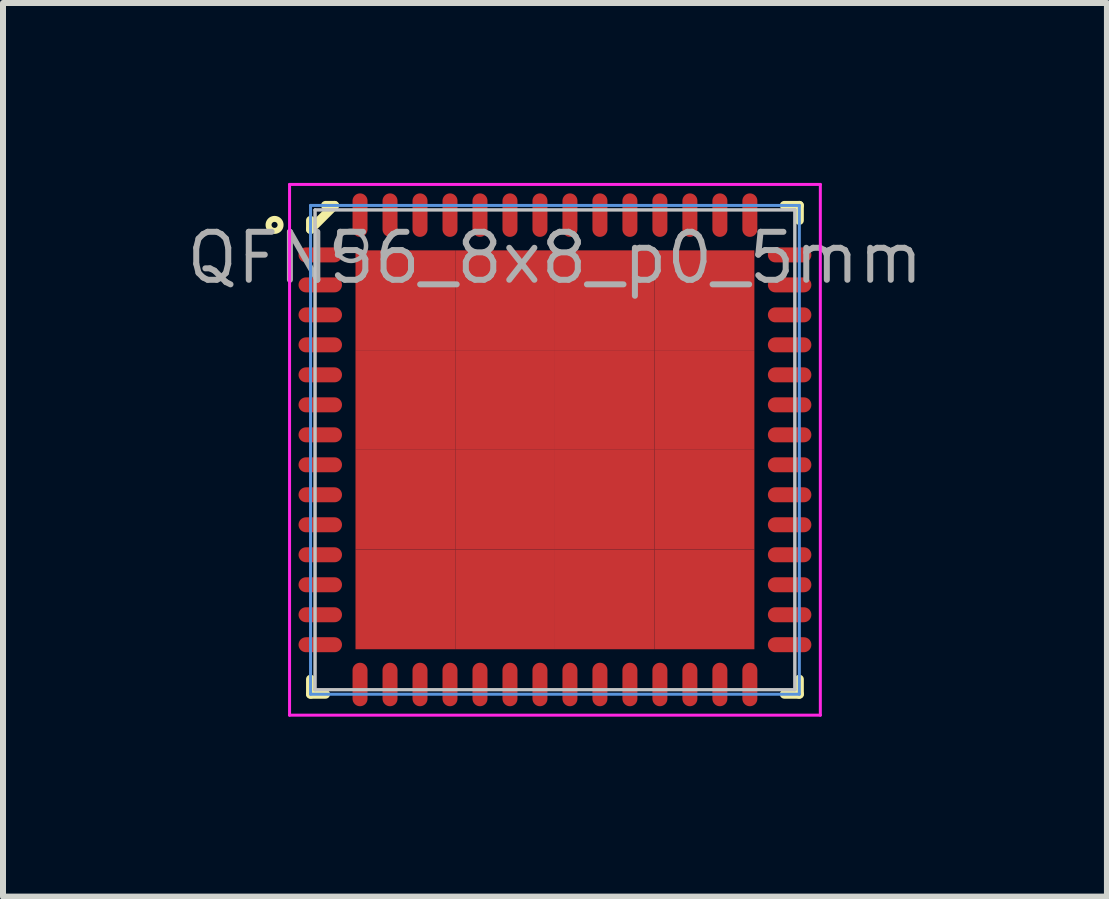
<source format=kicad_pcb>
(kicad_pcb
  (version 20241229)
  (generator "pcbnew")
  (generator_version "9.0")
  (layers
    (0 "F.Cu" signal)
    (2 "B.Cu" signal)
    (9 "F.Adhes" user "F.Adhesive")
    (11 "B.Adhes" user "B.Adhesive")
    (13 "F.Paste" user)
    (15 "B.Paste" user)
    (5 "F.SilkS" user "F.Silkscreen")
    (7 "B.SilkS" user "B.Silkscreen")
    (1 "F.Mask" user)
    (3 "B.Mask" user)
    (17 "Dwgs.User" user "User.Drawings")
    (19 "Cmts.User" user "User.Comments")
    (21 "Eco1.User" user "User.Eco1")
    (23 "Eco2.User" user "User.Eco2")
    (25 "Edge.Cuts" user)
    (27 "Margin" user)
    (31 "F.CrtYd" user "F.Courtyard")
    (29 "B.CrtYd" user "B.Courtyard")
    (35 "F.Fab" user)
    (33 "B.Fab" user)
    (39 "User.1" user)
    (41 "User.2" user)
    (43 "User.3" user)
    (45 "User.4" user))
  (footprint "QFN56_8x8_p0_5mm"
    (layer "F.Cu")
    (at 6.203 4.45)
    (property "Reference" "QFN56_8x8_p0_5mm" (at 0 -3.2 0) (layer "F.Fab") (effects (font (size 0.8 0.8) (thickness 0.1))))
    (attr through_hole)
    (fp_line (start -4.075 -3.675) (end -4.075 -3.825) (stroke (width 0.15) (type solid)) (layer "F.SilkS"))
    (fp_line (start -4.075 -3.675) (end -3.675 -4.075) (stroke (width 0.15) (type solid)) (layer "F.SilkS"))
    (fp_line (start -4.075 4.075) (end -4.075 3.825) (stroke (width 0.15) (type solid)) (layer "F.SilkS"))
    (fp_line (start -4.075 4.075) (end -3.825 4.075) (stroke (width 0.15) (type solid)) (layer "F.SilkS"))
    (fp_line (start -3.825 -4.075) (end -3.675 -4.075) (stroke (width 0.15) (type solid)) (layer "F.SilkS"))
    (fp_line (start 4.075 -4.075) (end 3.825 -4.075) (stroke (width 0.15) (type solid)) (layer "F.SilkS"))
    (fp_line (start 4.075 -4.075) (end 4.075 -3.825) (stroke (width 0.15) (type solid)) (layer "F.SilkS"))
    (fp_line (start 4.075 4.075) (end 3.825 4.075) (stroke (width 0.15) (type solid)) (layer "F.SilkS"))
    (fp_line (start 4.075 4.075) (end 4.075 3.825) (stroke (width 0.15) (type solid)) (layer "F.SilkS"))
    (fp_circle (center -4.675 -3.75) (end -4.604 -3.679) (stroke (width 0.1) (type solid)) (fill no) (layer "F.SilkS"))
    (fp_line (start -4 -4) (end -4 4) (stroke (width 0.05) (type solid)) (layer "Dwgs.User"))
    (fp_line (start -4 -4) (end 4 -4) (stroke (width 0.05) (type solid)) (layer "Dwgs.User"))
    (fp_line (start -4 4) (end 4 4) (stroke (width 0.05) (type solid)) (layer "Dwgs.User"))
    (fp_line (start 4 -4) (end 4 4) (stroke (width 0.05) (type solid)) (layer "Dwgs.User"))
    (fp_line (start -4.075 -4.075) (end -4.075 4.075) (stroke (width 0.05) (type solid)) (layer "Cmts.User"))
    (fp_line (start -4.075 -4.075) (end 4.075 -4.075) (stroke (width 0.05) (type solid)) (layer "Cmts.User"))
    (fp_line (start -4.075 4.075) (end 4.075 4.075) (stroke (width 0.05) (type solid)) (layer "Cmts.User"))
    (fp_line (start 4.075 -4.075) (end 4.075 4.075) (stroke (width 0.05) (type solid)) (layer "Cmts.User"))
    (fp_line (start -3.925 -3.925) (end -3.925 3.925) (stroke (width 0.05) (type solid)) (layer "Eco1.User"))
    (fp_line (start -3.925 -3.925) (end 3.925 -3.925) (stroke (width 0.05) (type solid)) (layer "Eco1.User"))
    (fp_line (start -3.925 3.925) (end 3.925 3.925) (stroke (width 0.05) (type solid)) (layer "Eco1.User"))
    (fp_line (start 3.925 -3.925) (end 3.925 3.925) (stroke (width 0.05) (type solid)) (layer "Eco1.User"))
    (fp_line (start -4.425 -4.425) (end -4.425 4.425) (stroke (width 0.05) (type solid)) (layer "F.CrtYd"))
    (fp_line (start -4.425 -4.425) (end 4.425 -4.425) (stroke (width 0.05) (type solid)) (layer "F.CrtYd"))
    (fp_line (start -4.425 4.425) (end 4.425 4.425) (stroke (width 0.05) (type solid)) (layer "F.CrtYd"))
    (fp_line (start 4.425 -4.425) (end 4.425 4.425) (stroke (width 0.05) (type solid)) (layer "F.CrtYd"))
    (fp_line (start -4 -4) (end -4 4) (stroke (width 0.05) (type solid)) (layer "F.Fab"))
    (fp_line (start -4 -4) (end 4 -4) (stroke (width 0.05) (type solid)) (layer "F.Fab"))
    (fp_line (start -4 4) (end 4 4) (stroke (width 0.05) (type solid)) (layer "F.Fab"))
    (fp_line (start 4 -4) (end 4 4) (stroke (width 0.05) (type solid)) (layer "F.Fab"))
    (fp_circle (center -3.4 -3.4) (end -3.223 -3.223) (stroke (width 0.075) (type solid)) (fill no) (layer "F.Fab"))
    (pad "1" smd oval (at -3.913 -3.25 180) (size 0.725 0.25) (layers "F.Cu" "F.Mask" "F.Paste"))
    (pad "2" smd oval (at -3.913 -2.75 180) (size 0.725 0.25) (layers "F.Cu" "F.Mask" "F.Paste"))
    (pad "3" smd oval (at -3.913 -2.25 180) (size 0.725 0.25) (layers "F.Cu" "F.Mask" "F.Paste"))
    (pad "4" smd oval (at -3.913 -1.75 180) (size 0.725 0.25) (layers "F.Cu" "F.Mask" "F.Paste"))
    (pad "5" smd oval (at -3.913 -1.25 180) (size 0.725 0.25) (layers "F.Cu" "F.Mask" "F.Paste"))
    (pad "6" smd oval (at -3.913 -0.75 180) (size 0.725 0.25) (layers "F.Cu" "F.Mask" "F.Paste"))
    (pad "7" smd oval (at -3.913 -0.25 180) (size 0.725 0.25) (layers "F.Cu" "F.Mask" "F.Paste"))
    (pad "8" smd oval (at -3.913 0.25 180) (size 0.725 0.25) (layers "F.Cu" "F.Mask" "F.Paste"))
    (pad "9" smd oval (at -3.913 0.75 180) (size 0.725 0.25) (layers "F.Cu" "F.Mask" "F.Paste"))
    (pad "10" smd oval (at -3.913 1.25 180) (size 0.725 0.25) (layers "F.Cu" "F.Mask" "F.Paste"))
    (pad "11" smd oval (at -3.913 1.75 180) (size 0.725 0.25) (layers "F.Cu" "F.Mask" "F.Paste"))
    (pad "12" smd oval (at -3.913 2.25 180) (size 0.725 0.25) (layers "F.Cu" "F.Mask" "F.Paste"))
    (pad "13" smd oval (at -3.913 2.75 180) (size 0.725 0.25) (layers "F.Cu" "F.Mask" "F.Paste"))
    (pad "14" smd oval (at -3.913 3.25 180) (size 0.725 0.25) (layers "F.Cu" "F.Mask" "F.Paste"))
    (pad "15" smd oval (at -3.25 3.913 270) (size 0.725 0.25) (layers "F.Cu" "F.Mask" "F.Paste"))
    (pad "16" smd oval (at -2.75 3.913 270) (size 0.725 0.25) (layers "F.Cu" "F.Mask" "F.Paste"))
    (pad "17" smd oval (at -2.25 3.913 270) (size 0.725 0.25) (layers "F.Cu" "F.Mask" "F.Paste"))
    (pad "18" smd oval (at -1.75 3.913 270) (size 0.725 0.25) (layers "F.Cu" "F.Mask" "F.Paste"))
    (pad "19" smd oval (at -1.25 3.913 270) (size 0.725 0.25) (layers "F.Cu" "F.Mask" "F.Paste"))
    (pad "20" smd oval (at -0.75 3.913 270) (size 0.725 0.25) (layers "F.Cu" "F.Mask" "F.Paste"))
    (pad "21" smd oval (at -0.25 3.913 270) (size 0.725 0.25) (layers "F.Cu" "F.Mask" "F.Paste"))
    (pad "22" smd oval (at 0.25 3.913 270) (size 0.725 0.25) (layers "F.Cu" "F.Mask" "F.Paste"))
    (pad "23" smd oval (at 0.75 3.913 270) (size 0.725 0.25) (layers "F.Cu" "F.Mask" "F.Paste"))
    (pad "24" smd oval (at 1.25 3.913 270) (size 0.725 0.25) (layers "F.Cu" "F.Mask" "F.Paste"))
    (pad "25" smd oval (at 1.75 3.913 270) (size 0.725 0.25) (layers "F.Cu" "F.Mask" "F.Paste"))
    (pad "26" smd oval (at 2.25 3.913 270) (size 0.725 0.25) (layers "F.Cu" "F.Mask" "F.Paste"))
    (pad "27" smd oval (at 2.75 3.913 270) (size 0.725 0.25) (layers "F.Cu" "F.Mask" "F.Paste"))
    (pad "28" smd oval (at 3.25 3.913 270) (size 0.725 0.25) (layers "F.Cu" "F.Mask" "F.Paste"))
    (pad "29" smd oval (at 3.913 3.25) (size 0.725 0.25) (layers "F.Cu" "F.Mask" "F.Paste"))
    (pad "30" smd oval (at 3.913 2.75) (size 0.725 0.25) (layers "F.Cu" "F.Mask" "F.Paste"))
    (pad "31" smd oval (at 3.913 2.25) (size 0.725 0.25) (layers "F.Cu" "F.Mask" "F.Paste"))
    (pad "32" smd oval (at 3.913 1.75) (size 0.725 0.25) (layers "F.Cu" "F.Mask" "F.Paste"))
    (pad "33" smd oval (at 3.913 1.25) (size 0.725 0.25) (layers "F.Cu" "F.Mask" "F.Paste"))
    (pad "34" smd oval (at 3.913 0.75) (size 0.725 0.25) (layers "F.Cu" "F.Mask" "F.Paste"))
    (pad "35" smd oval (at 3.913 0.25) (size 0.725 0.25) (layers "F.Cu" "F.Mask" "F.Paste"))
    (pad "36" smd oval (at 3.913 -0.25) (size 0.725 0.25) (layers "F.Cu" "F.Mask" "F.Paste"))
    (pad "37" smd oval (at 3.913 -0.75) (size 0.725 0.25) (layers "F.Cu" "F.Mask" "F.Paste"))
    (pad "38" smd oval (at 3.913 -1.25) (size 0.725 0.25) (layers "F.Cu" "F.Mask" "F.Paste"))
    (pad "39" smd oval (at 3.913 -1.75) (size 0.725 0.25) (layers "F.Cu" "F.Mask" "F.Paste"))
    (pad "40" smd oval (at 3.913 -2.25) (size 0.725 0.25) (layers "F.Cu" "F.Mask" "F.Paste"))
    (pad "41" smd oval (at 3.913 -2.75) (size 0.725 0.25) (layers "F.Cu" "F.Mask" "F.Paste"))
    (pad "42" smd oval (at 3.913 -3.25) (size 0.725 0.25) (layers "F.Cu" "F.Mask" "F.Paste"))
    (pad "43" smd oval (at 3.25 -3.913 90) (size 0.725 0.25) (layers "F.Cu" "F.Mask" "F.Paste"))
    (pad "44" smd oval (at 2.75 -3.913 90) (size 0.725 0.25) (layers "F.Cu" "F.Mask" "F.Paste"))
    (pad "45" smd oval (at 2.25 -3.913 90) (size 0.725 0.25) (layers "F.Cu" "F.Mask" "F.Paste"))
    (pad "46" smd oval (at 1.75 -3.913 90) (size 0.725 0.25) (layers "F.Cu" "F.Mask" "F.Paste"))
    (pad "47" smd oval (at 1.25 -3.913 90) (size 0.725 0.25) (layers "F.Cu" "F.Mask" "F.Paste"))
    (pad "48" smd oval (at 0.75 -3.913 90) (size 0.725 0.25) (layers "F.Cu" "F.Mask" "F.Paste"))
    (pad "49" smd oval (at 0.25 -3.913 90) (size 0.725 0.25) (layers "F.Cu" "F.Mask" "F.Paste"))
    (pad "50" smd oval (at -0.25 -3.913 90) (size 0.725 0.25) (layers "F.Cu" "F.Mask" "F.Paste"))
    (pad "51" smd oval (at -0.75 -3.913 90) (size 0.725 0.25) (layers "F.Cu" "F.Mask" "F.Paste"))
    (pad "52" smd oval (at -1.25 -3.913 90) (size 0.725 0.25) (layers "F.Cu" "F.Mask" "F.Paste"))
    (pad "53" smd oval (at -1.75 -3.913 90) (size 0.725 0.25) (layers "F.Cu" "F.Mask" "F.Paste"))
    (pad "54" smd oval (at -2.25 -3.913 90) (size 0.725 0.25) (layers "F.Cu" "F.Mask" "F.Paste"))
    (pad "55" smd oval (at -2.75 -3.913 90) (size 0.725 0.25) (layers "F.Cu" "F.Mask" "F.Paste"))
    (pad "56" smd oval (at -3.25 -3.913 90) (size 0.725 0.25) (layers "F.Cu" "F.Mask" "F.Paste"))
    (pad "57" smd rect (at -2.494 -2.494) (size 1.663 1.663) (layers "F.Cu" "F.Mask" "F.Paste"))
    (pad "57" smd rect (at -2.494 -0.831) (size 1.663 1.663) (layers "F.Cu" "F.Mask" "F.Paste"))
    (pad "57" smd rect (at -2.494 0.831) (size 1.663 1.663) (layers "F.Cu" "F.Mask" "F.Paste"))
    (pad "57" smd rect (at -2.494 2.494) (size 1.663 1.663) (layers "F.Cu" "F.Mask" "F.Paste"))
    (pad "57" smd rect (at -0.831 -2.494) (size 1.663 1.663) (layers "F.Cu" "F.Mask" "F.Paste"))
    (pad "57" smd rect (at -0.831 -0.831) (size 1.663 1.663) (layers "F.Cu" "F.Mask" "F.Paste"))
    (pad "57" smd rect (at -0.831 0.831) (size 1.663 1.663) (layers "F.Cu" "F.Mask" "F.Paste"))
    (pad "57" smd rect (at -0.831 2.494) (size 1.663 1.663) (layers "F.Cu" "F.Mask" "F.Paste"))
    (pad "57" smd rect (at 0.831 -2.494) (size 1.663 1.663) (layers "F.Cu" "F.Mask" "F.Paste"))
    (pad "57" smd rect (at 0.831 -0.831) (size 1.663 1.663) (layers "F.Cu" "F.Mask" "F.Paste"))
    (pad "57" smd rect (at 0.831 0.831) (size 1.663 1.663) (layers "F.Cu" "F.Mask" "F.Paste"))
    (pad "57" smd rect (at 0.831 2.494) (size 1.663 1.663) (layers "F.Cu" "F.Mask" "F.Paste"))
    (pad "57" smd rect (at 2.494 -2.494) (size 1.663 1.663) (layers "F.Cu" "F.Mask" "F.Paste"))
    (pad "57" smd rect (at 2.494 -0.831) (size 1.663 1.663) (layers "F.Cu" "F.Mask" "F.Paste"))
    (pad "57" smd rect (at 2.494 0.831) (size 1.663 1.663) (layers "F.Cu" "F.Mask" "F.Paste"))
    (pad "57" smd rect (at 2.494 2.494) (size 1.663 1.663) (layers "F.Cu" "F.Mask" "F.Paste")))
  (gr_rect
    (start -3 -3)
    (end 15.407 11.9)
    (stroke (width 0.1) (type default))
    (fill no)
    (layer "Edge.Cuts")))
</source>
